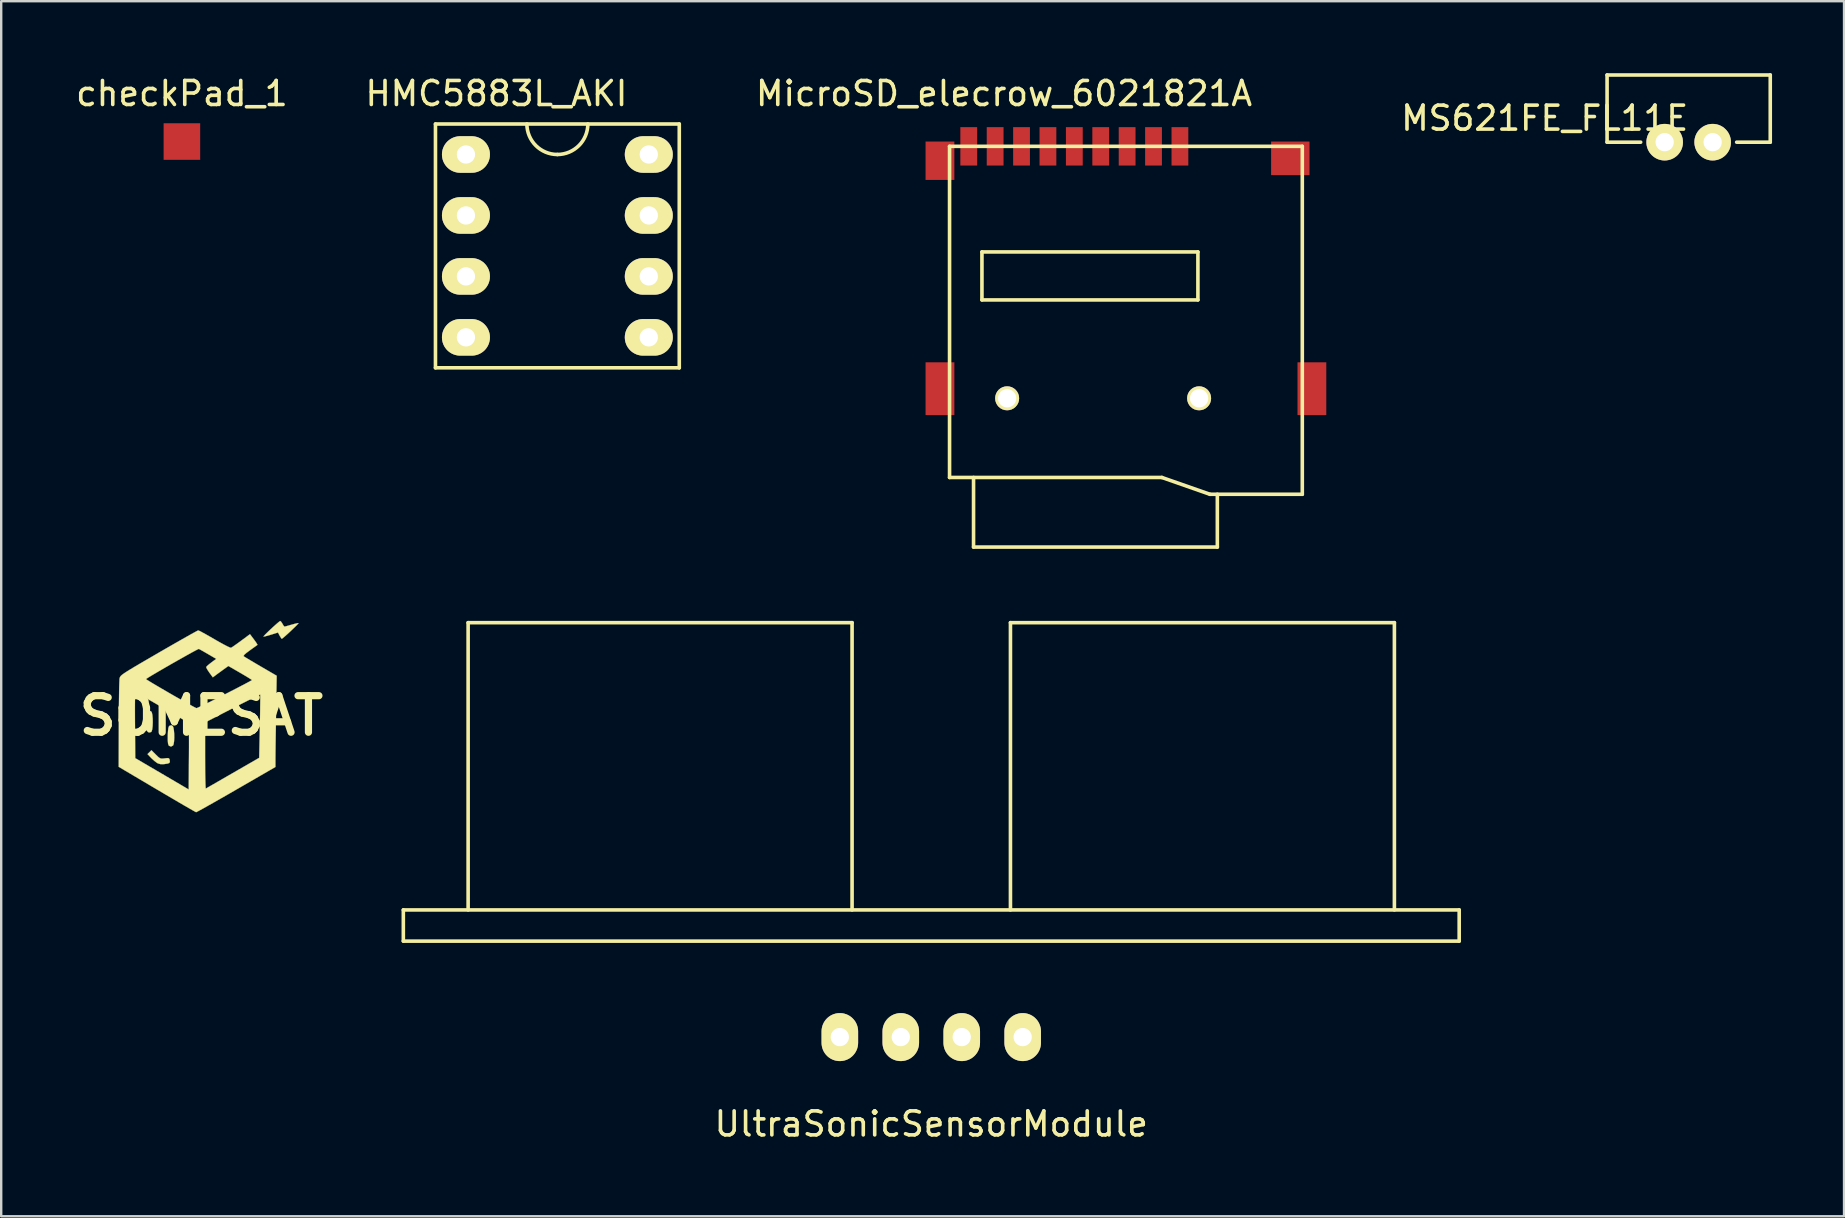
<source format=kicad_pcb>
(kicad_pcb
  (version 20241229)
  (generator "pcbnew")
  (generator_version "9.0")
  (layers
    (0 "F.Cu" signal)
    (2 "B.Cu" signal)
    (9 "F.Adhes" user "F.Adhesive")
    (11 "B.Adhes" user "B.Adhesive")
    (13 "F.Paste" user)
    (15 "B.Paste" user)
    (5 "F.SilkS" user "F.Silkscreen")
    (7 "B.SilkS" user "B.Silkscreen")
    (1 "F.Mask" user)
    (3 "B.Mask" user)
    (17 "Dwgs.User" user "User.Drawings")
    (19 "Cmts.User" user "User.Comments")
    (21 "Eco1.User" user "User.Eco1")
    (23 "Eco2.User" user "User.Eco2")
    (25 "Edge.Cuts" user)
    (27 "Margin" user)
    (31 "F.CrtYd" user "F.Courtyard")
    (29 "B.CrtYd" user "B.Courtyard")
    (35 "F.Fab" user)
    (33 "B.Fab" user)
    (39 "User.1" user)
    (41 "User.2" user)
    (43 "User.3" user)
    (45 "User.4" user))
  (footprint "HMC5883L_AKI"
    (layer "F.Cu")
    (at 15.097 12.278)
    (property "Reference" "HMC5883L_AKI" (at 2.54 -11.43 0) (layer "F.SilkS") (effects (font (size 1 1) (thickness 0.15))))
    (attr through_hole)
    (fp_line (start 0 -10.16) (end 0 0) (stroke (width 0.15) (type solid)) (layer "F.SilkS"))
    (fp_line (start 0 0) (end 10.16 0) (stroke (width 0.15) (type solid)) (layer "F.SilkS"))
    (fp_line (start 10.16 -10.16) (end 0 -10.16) (stroke (width 0.15) (type solid)) (layer "F.SilkS"))
    (fp_line (start 10.16 0) (end 10.16 -10.16) (stroke (width 0.15) (type solid)) (layer "F.SilkS"))
    (fp_arc (start 5.08 -8.89) (mid 4.181974 -9.261974) (end 3.81 -10.16) (stroke (width 0.15) (type solid)) (layer "F.SilkS"))
    (fp_arc (start 6.35 -10.16) (mid 5.978026 -9.261974) (end 5.08 -8.89) (stroke (width 0.15) (type solid)) (layer "F.SilkS"))
    (pad "1" thru_hole oval (at 1.27 -8.89) (size 2 1.524) (drill 0.762) (layers "*.Cu" "*.Mask" "F.SilkS"))
    (pad "2" thru_hole oval (at 1.27 -6.35) (size 2 1.524) (drill 0.762) (layers "*.Cu" "*.Mask" "F.SilkS"))
    (pad "3" thru_hole oval (at 1.27 -3.81) (size 2 1.524) (drill 0.762) (layers "*.Cu" "*.Mask" "F.SilkS"))
    (pad "4" thru_hole oval (at 1.27 -1.27) (size 2 1.524) (drill 0.762) (layers "*.Cu" "*.Mask" "F.SilkS"))
    (pad "5" thru_hole oval (at 8.89 -1.27) (size 2 1.524) (drill 0.762) (layers "*.Cu" "*.Mask" "F.SilkS"))
    (pad "6" thru_hole oval (at 8.89 -3.81) (size 2 1.524) (drill 0.762) (layers "*.Cu" "*.Mask" "F.SilkS"))
    (pad "7" thru_hole oval (at 8.89 -6.35) (size 2 1.524) (drill 0.762) (layers "*.Cu" "*.Mask" "F.SilkS"))
    (pad "8" thru_hole oval (at 8.89 -8.89) (size 2 1.524) (drill 0.762) (layers "*.Cu" "*.Mask" "F.SilkS")))
  (footprint "checkPad_1"
    (layer "F.Cu")
    (at 4.53 2.848)
    (property "Reference" "checkPad_1" (at 0 -2 0) (layer "F.SilkS") (effects (font (size 1 1) (thickness 0.15))))
    (attr through_hole)
    (pad "1" smd trapezoid (at 0 0) (size 1.524 1.524) (layers "F.Cu" "F.Mask" "F.Paste")))
  (footprint "SOMESAT"
    (layer "F.Cu")
    (at 5.341 26.775)
    (property "Reference" "SOMESAT" (at 0 0 0) (layer "F.SilkS") (effects (font (size 1.524 1.524) (thickness 0.3))))
    (attr through_hole)
    (fp_poly (pts (xy -1.195 0.427) (xy -1.165 0.49) (xy -1.144 0.609) (xy -1.132 0.761) (xy -1.13 0.922) (xy -1.138 1.072) (xy -1.156 1.188) (xy -1.18 1.243) (xy -1.265 1.287) (xy -1.346 1.254) (xy -1.364 1.235) (xy -1.388 1.162) (xy -1.4 1.018) (xy -1.399 0.819) (xy -1.39 0.638) (xy -1.376 0.52) (xy -1.354 0.451) (xy -1.322 0.417) (xy -1.245 0.399) (xy -1.195 0.427)) (stroke (width 0.01) (type solid)) (fill yes) (layer "F.SilkS"))
    (fp_poly (pts (xy -2.096 -0.183) (xy -2.064 -0.134) (xy -2.041 -0.027) (xy -2.028 0.117) (xy -2.025 0.277) (xy -2.031 0.434) (xy -2.047 0.567) (xy -2.072 0.655) (xy -2.094 0.68) (xy -2.183 0.701) (xy -2.239 0.668) (xy -2.267 0.625) (xy -2.285 0.549) (xy -2.296 0.419) (xy -2.298 0.256) (xy -2.297 0.209) (xy -2.283 0.01) (xy -2.255 -0.118) (xy -2.208 -0.185) (xy -2.139 -0.196) (xy -2.096 -0.183)) (stroke (width 0.01) (type solid)) (fill yes) (layer "F.SilkS"))
    (fp_poly (pts (xy -1.898 1.621) (xy -1.797 1.719) (xy -1.726 1.771) (xy -1.658 1.789) (xy -1.569 1.784) (xy -1.527 1.778) (xy -1.414 1.766) (xy -1.355 1.774) (xy -1.329 1.811) (xy -1.319 1.854) (xy -1.312 1.927) (xy -1.336 1.97) (xy -1.405 1.996) (xy -1.536 2.015) (xy -1.552 2.017) (xy -1.699 2.02) (xy -1.81 1.988) (xy -1.856 1.961) (xy -1.956 1.885) (xy -2.069 1.783) (xy -2.109 1.743) (xy -2.244 1.601) (xy -2.162 1.52) (xy -2.081 1.438) (xy -1.898 1.621)) (stroke (width 0.01) (type solid)) (fill yes) (layer "F.SilkS"))
    (fp_poly (pts (xy 3.325 -3.916) (xy 3.375 -3.839) (xy 3.38 -3.83) (xy 3.427 -3.75) (xy 3.462 -3.713) (xy 3.465 -3.712) (xy 3.512 -3.723) (xy 3.612 -3.75) (xy 3.746 -3.789) (xy 3.761 -3.793) (xy 3.895 -3.83) (xy 3.998 -3.854) (xy 4.048 -3.858) (xy 4.049 -3.857) (xy 4.028 -3.827) (xy 3.962 -3.758) (xy 3.864 -3.662) (xy 3.748 -3.551) (xy 3.626 -3.437) (xy 3.513 -3.335) (xy 3.42 -3.255) (xy 3.363 -3.21) (xy 3.352 -3.204) (xy 3.324 -3.235) (xy 3.276 -3.312) (xy 3.263 -3.335) (xy 3.193 -3.466) (xy 2.898 -3.375) (xy 2.759 -3.334) (xy 2.651 -3.306) (xy 2.594 -3.297) (xy 2.59 -3.298) (xy 2.61 -3.328) (xy 2.676 -3.398) (xy 2.774 -3.494) (xy 2.89 -3.605) (xy 3.012 -3.717) (xy 3.126 -3.819) (xy 3.218 -3.898) (xy 3.276 -3.942) (xy 3.287 -3.947) (xy 3.325 -3.916)) (stroke (width 0.01) (type solid)) (fill yes) (layer "F.SilkS"))
    (fp_poly (pts (xy -0.085 -3.536) (xy 0.017 -3.484) (xy 0.164 -3.404) (xy 0.344 -3.302) (xy 0.546 -3.185) (xy 0.55 -3.183) (xy 0.752 -3.067) (xy 0.933 -2.968) (xy 1.081 -2.891) (xy 1.186 -2.843) (xy 1.235 -2.829) (xy 1.235 -2.829) (xy 1.285 -2.859) (xy 1.382 -2.925) (xy 1.514 -3.019) (xy 1.655 -3.122) (xy 2.026 -3.396) (xy 2.189 -3.18) (xy 2.268 -3.071) (xy 2.321 -2.99) (xy 2.339 -2.953) (xy 2.338 -2.952) (xy 2.303 -2.926) (xy 2.218 -2.865) (xy 2.099 -2.78) (xy 2.023 -2.725) (xy 1.875 -2.615) (xy 1.789 -2.539) (xy 1.76 -2.491) (xy 1.769 -2.473) (xy 1.816 -2.443) (xy 1.92 -2.38) (xy 2.069 -2.291) (xy 2.252 -2.183) (xy 2.457 -2.062) (xy 2.478 -2.05) (xy 3.139 -1.665) (xy 3.113 -0.1) (xy 3.107 0.258) (xy 3.102 0.604) (xy 3.097 0.928) (xy 3.093 1.219) (xy 3.09 1.466) (xy 3.088 1.659) (xy 3.087 1.786) (xy 3.087 1.801) (xy 3.087 2.136) (xy 1.452 3.081) (xy 1.126 3.269) (xy 0.819 3.444) (xy 0.54 3.603) (xy 0.294 3.742) (xy 0.089 3.858) (xy -0.069 3.945) (xy -0.174 4.001) (xy -0.218 4.021) (xy -0.218 4.021) (xy -0.258 4.001) (xy -0.358 3.945) (xy -0.512 3.857) (xy -0.714 3.741) (xy -0.955 3.6) (xy -1.23 3.439) (xy -1.532 3.261) (xy -1.85 3.074) (xy -3.445 2.13) (xy -3.44 0.352) (xy -3.438 -0.019) (xy -3.437 -0.188) (xy -2.768 -0.188) (xy -2.767 0.132) (xy -2.765 0.392) (xy -2.755 1.769) (xy -1.641 2.421) (xy -0.528 3.074) (xy -0.517 1.705) (xy -0.515 1.322) (xy -0.515 1.01) (xy -0.516 0.764) (xy -0.521 0.576) (xy -0.527 0.441) (xy -0.536 0.352) (xy -0.548 0.302) (xy -0.556 0.289) (xy -0.57 0.28) (xy 0.156 0.28) (xy 0.156 1.666) (xy 0.157 1.986) (xy 0.159 2.278) (xy 0.163 2.536) (xy 0.168 2.749) (xy 0.173 2.909) (xy 0.179 3.008) (xy 0.186 3.037) (xy 0.225 3.014) (xy 0.325 2.957) (xy 0.475 2.871) (xy 0.669 2.759) (xy 0.897 2.628) (xy 1.151 2.481) (xy 1.313 2.388) (xy 2.41 1.755) (xy 2.438 0.442) (xy 2.444 0.13) (xy 2.449 -0.156) (xy 2.452 -0.407) (xy 2.455 -0.614) (xy 2.456 -0.768) (xy 2.455 -0.859) (xy 2.453 -0.881) (xy 2.417 -0.867) (xy 2.32 -0.82) (xy 2.17 -0.747) (xy 1.974 -0.649) (xy 1.742 -0.532) (xy 1.482 -0.4) (xy 1.299 -0.306) (xy 0.156 0.28) (xy -0.57 0.28) (xy -0.6 0.26) (xy -0.702 0.197) (xy -0.851 0.108) (xy -1.038 -0.002) (xy -1.251 -0.127) (xy -1.482 -0.261) (xy -1.719 -0.399) (xy -1.953 -0.534) (xy -2.174 -0.66) (xy -2.37 -0.772) (xy -2.533 -0.864) (xy -2.651 -0.929) (xy -2.715 -0.962) (xy -2.72 -0.964) (xy -2.735 -0.961) (xy -2.747 -0.933) (xy -2.756 -0.875) (xy -2.762 -0.778) (xy -2.766 -0.636) (xy -2.768 -0.442) (xy -2.768 -0.188) (xy -3.437 -0.188) (xy -3.436 -0.369) (xy -3.432 -0.69) (xy -3.428 -0.974) (xy -3.423 -1.212) (xy -3.417 -1.396) (xy -3.411 -1.517) (xy -3.41 -1.526) (xy -2.305 -1.526) (xy -2.273 -1.5) (xy -2.182 -1.443) (xy -2.043 -1.358) (xy -1.866 -1.253) (xy -1.661 -1.133) (xy -1.438 -1.003) (xy -1.207 -0.869) (xy -0.978 -0.738) (xy -0.761 -0.615) (xy -0.566 -0.506) (xy -0.403 -0.416) (xy -0.282 -0.351) (xy -0.214 -0.318) (xy -0.203 -0.315) (xy -0.157 -0.331) (xy -0.05 -0.38) (xy 0.109 -0.455) (xy 0.312 -0.554) (xy 0.549 -0.672) (xy 0.813 -0.805) (xy 0.978 -0.889) (xy 1.251 -1.029) (xy 1.5 -1.157) (xy 1.717 -1.271) (xy 1.894 -1.364) (xy 2.023 -1.434) (xy 2.095 -1.475) (xy 2.108 -1.485) (xy 2.076 -1.51) (xy 1.988 -1.567) (xy 1.855 -1.648) (xy 1.691 -1.745) (xy 1.617 -1.788) (xy 1.126 -2.072) (xy 0.924 -1.927) (xy 0.794 -1.832) (xy 0.668 -1.741) (xy 0.6 -1.69) (xy 0.478 -1.599) (xy 0.333 -1.796) (xy 0.26 -1.905) (xy 0.212 -1.99) (xy 0.202 -2.03) (xy 0.238 -2.071) (xy 0.319 -2.142) (xy 0.417 -2.218) (xy 0.619 -2.369) (xy 0.274 -2.57) (xy 0.126 -2.656) (xy 0.002 -2.726) (xy -0.081 -2.771) (xy -0.106 -2.783) (xy -0.146 -2.767) (xy -0.244 -2.717) (xy -0.389 -2.639) (xy -0.571 -2.538) (xy -0.781 -2.42) (xy -1.01 -2.291) (xy -1.246 -2.157) (xy -1.481 -2.022) (xy -1.704 -1.892) (xy -1.906 -1.774) (xy -2.077 -1.673) (xy -2.206 -1.594) (xy -2.285 -1.543) (xy -2.305 -1.526) (xy -3.41 -1.526) (xy -3.406 -1.562) (xy -3.397 -1.594) (xy -3.381 -1.626) (xy -3.352 -1.662) (xy -3.304 -1.705) (xy -3.232 -1.758) (xy -3.129 -1.826) (xy -2.99 -1.913) (xy -2.81 -2.022) (xy -2.581 -2.157) (xy -2.3 -2.321) (xy -1.959 -2.519) (xy -1.777 -2.625) (xy -1.453 -2.812) (xy -1.15 -2.986) (xy -0.873 -3.144) (xy -0.63 -3.282) (xy -0.428 -3.396) (xy -0.272 -3.482) (xy -0.171 -3.536) (xy -0.131 -3.554) (xy -0.085 -3.536)) (stroke (width 0.01) (type solid)) (fill yes) (layer "F.SilkS")))
  (footprint "MS621FE_FL11E"
    (layer "F.Cu")
    (at 67.321 2.875)
    (property "Reference" "MS621FE_FL11E" (at -6 -1 0) (layer "F.SilkS") (effects (font (size 1 1) (thickness 0.15))))
    (attr through_hole)
    (fp_line (start -3.4 -2.8) (end 3.4 -2.8) (stroke (width 0.15) (type solid)) (layer "F.SilkS"))
    (fp_line (start -3.4 0) (end -3.4 -2.8) (stroke (width 0.15) (type solid)) (layer "F.SilkS"))
    (fp_line (start -2 0) (end -3.4 0) (stroke (width 0.15) (type solid)) (layer "F.SilkS"))
    (fp_line (start 3.4 -2.8) (end 3.4 0) (stroke (width 0.15) (type solid)) (layer "F.SilkS"))
    (fp_line (start 3.4 0) (end 2 0) (stroke (width 0.15) (type solid)) (layer "F.SilkS"))
    (pad "1" thru_hole circle (at -1 0) (size 1.524 1.524) (drill 0.762) (layers "*.Cu" "*.Mask" "F.SilkS"))
    (pad "2" thru_hole circle (at 1 0) (size 1.524 1.524) (drill 0.762) (layers "*.Cu" "*.Mask" "F.SilkS")))
  (footprint "MicroSD_elecrow_6021821A"
    (layer "F.Cu")
    (at 43.87 13.548)
    (property "Reference" "MicroSD_elecrow_6021821A" (at -5.08 -12.7 0) (layer "F.SilkS") (effects (font (size 1 1) (thickness 0.15))))
    (attr through_hole)
    (fp_line (start -7.35 -10.5) (end -7.35 3.3) (stroke (width 0.15) (type solid)) (layer "F.SilkS"))
    (fp_line (start -6.35 3.3) (end -6.35 6.2) (stroke (width 0.15) (type solid)) (layer "F.SilkS"))
    (fp_line (start -6.35 6.2) (end 3.81 6.2) (stroke (width 0.15) (type solid)) (layer "F.SilkS"))
    (fp_line (start -6 -6.1) (end -6 -4.1) (stroke (width 0.15) (type solid)) (layer "F.SilkS"))
    (fp_line (start -6 -6.1) (end 3 -6.1) (stroke (width 0.15) (type solid)) (layer "F.SilkS"))
    (fp_line (start -6 -4.1) (end 3 -4.1) (stroke (width 0.15) (type solid)) (layer "F.SilkS"))
    (fp_line (start 1.5 3.3) (end -7.35 3.3) (stroke (width 0.15) (type solid)) (layer "F.SilkS"))
    (fp_line (start 1.5 3.3) (end 3.5 4) (stroke (width 0.15) (type solid)) (layer "F.SilkS"))
    (fp_line (start 3 -6.1) (end 3 -4.1) (stroke (width 0.15) (type solid)) (layer "F.SilkS"))
    (fp_line (start 3.5 4) (end 7.35 4) (stroke (width 0.15) (type solid)) (layer "F.SilkS"))
    (fp_line (start 3.81 6.2) (end 3.81 4) (stroke (width 0.15) (type solid)) (layer "F.SilkS"))
    (fp_line (start 7.35 -10.5) (end -7.35 -10.5) (stroke (width 0.15) (type solid)) (layer "F.SilkS"))
    (fp_line (start 7.35 4) (end 7.35 -10.5) (stroke (width 0.15) (type solid)) (layer "F.SilkS"))
    (pad "" np_thru_hole circle (at -4.95 0) (size 1 1) (drill 0.762) (layers "*.Cu" "*.Mask" "F.SilkS"))
    (pad "" np_thru_hole circle (at 3.05 0) (size 1 1) (drill 0.762) (layers "*.Cu" "*.Mask" "F.SilkS"))
    (pad "1" smd rect (at 2.25 -10.5) (size 0.7 1.6) (layers "F.Cu" "F.Mask" "F.Paste"))
    (pad "2" smd rect (at 1.15 -10.5) (size 0.7 1.6) (layers "F.Cu" "F.Mask" "F.Paste"))
    (pad "3" smd rect (at 0.05 -10.5) (size 0.7 1.6) (layers "F.Cu" "F.Mask" "F.Paste"))
    (pad "4" smd rect (at -1.05 -10.5) (size 0.7 1.6) (layers "F.Cu" "F.Mask" "F.Paste"))
    (pad "5" smd rect (at -2.15 -10.5) (size 0.7 1.6) (layers "F.Cu" "F.Mask" "F.Paste"))
    (pad "6" smd rect (at -3.25 -10.5) (size 0.7 1.6) (layers "F.Cu" "F.Mask" "F.Paste"))
    (pad "7" smd rect (at -4.35 -10.5) (size 0.7 1.6) (layers "F.Cu" "F.Mask" "F.Paste"))
    (pad "8" smd rect (at -5.45 -10.5) (size 0.7 1.6) (layers "F.Cu" "F.Mask" "F.Paste"))
    (pad "9" smd rect (at -6.55 -10.5) (size 0.7 1.6) (layers "F.Cu" "F.Mask" "F.Paste"))
    (pad "10" smd rect (at -7.75 -9.9) (size 1.2 1.6) (layers "F.Cu" "F.Mask" "F.Paste"))
    (pad "10" smd rect (at -7.75 -0.4) (size 1.2 2.2) (layers "F.Cu" "F.Mask" "F.Paste"))
    (pad "10" smd rect (at 6.85 -10) (size 1.6 1.4) (layers "F.Cu" "F.Mask" "F.Paste"))
    (pad "10" smd rect (at 7.75 -0.4) (size 1.2 2.2) (layers "F.Cu" "F.Mask" "F.Paste")))
  (footprint "UltraSonicSensorModule"
    (layer "F.Cu")
    (at 35.758 36.168)
    (property "Reference" "UltraSonicSensorModule" (at 0 7.62 0) (layer "F.SilkS") (effects (font (size 1 1) (thickness 0.15))))
    (attr through_hole)
    (fp_line (start -22 -1.3) (end 22 -1.3) (stroke (width 0.15) (type solid)) (layer "F.SilkS"))
    (fp_line (start -22 0) (end -22 -1.3) (stroke (width 0.15) (type solid)) (layer "F.SilkS"))
    (fp_line (start -19.3 -13.27) (end -3.3 -13.27) (stroke (width 0.15) (type solid)) (layer "F.SilkS"))
    (fp_line (start -19.3 -1.3) (end -19.3 -13.27) (stroke (width 0.15) (type solid)) (layer "F.SilkS"))
    (fp_line (start -3.3 -13.27) (end -3.3 -1.3) (stroke (width 0.15) (type solid)) (layer "F.SilkS"))
    (fp_line (start 3.3 -13.27) (end 19.3 -13.27) (stroke (width 0.15) (type solid)) (layer "F.SilkS"))
    (fp_line (start 3.3 -1.3) (end 3.3 -13.27) (stroke (width 0.15) (type solid)) (layer "F.SilkS"))
    (fp_line (start 19.3 -13.27) (end 19.3 -1.3) (stroke (width 0.15) (type solid)) (layer "F.SilkS"))
    (fp_line (start 22 -1.3) (end 22 0) (stroke (width 0.15) (type solid)) (layer "F.SilkS"))
    (fp_line (start 22 0) (end -22 0) (stroke (width 0.15) (type solid)) (layer "F.SilkS"))
    (pad "1" thru_hole oval (at 3.81 4) (size 1.524 2) (drill 0.762) (layers "*.Cu" "*.Mask" "F.SilkS"))
    (pad "2" thru_hole oval (at 1.27 4) (size 1.524 2) (drill 0.762) (layers "*.Cu" "*.Mask" "F.SilkS"))
    (pad "3" thru_hole oval (at -1.27 4) (size 1.524 2) (drill 0.762) (layers "*.Cu" "*.Mask" "F.SilkS"))
    (pad "4" thru_hole oval (at -3.81 4) (size 1.524 2) (drill 0.762) (layers "*.Cu" "*.Mask" "F.SilkS")))
  (gr_rect
    (start -3 -3)
    (end 73.796 47.636)
    (stroke (width 0.1) (type default))
    (fill no)
    (layer "Edge.Cuts")))
</source>
